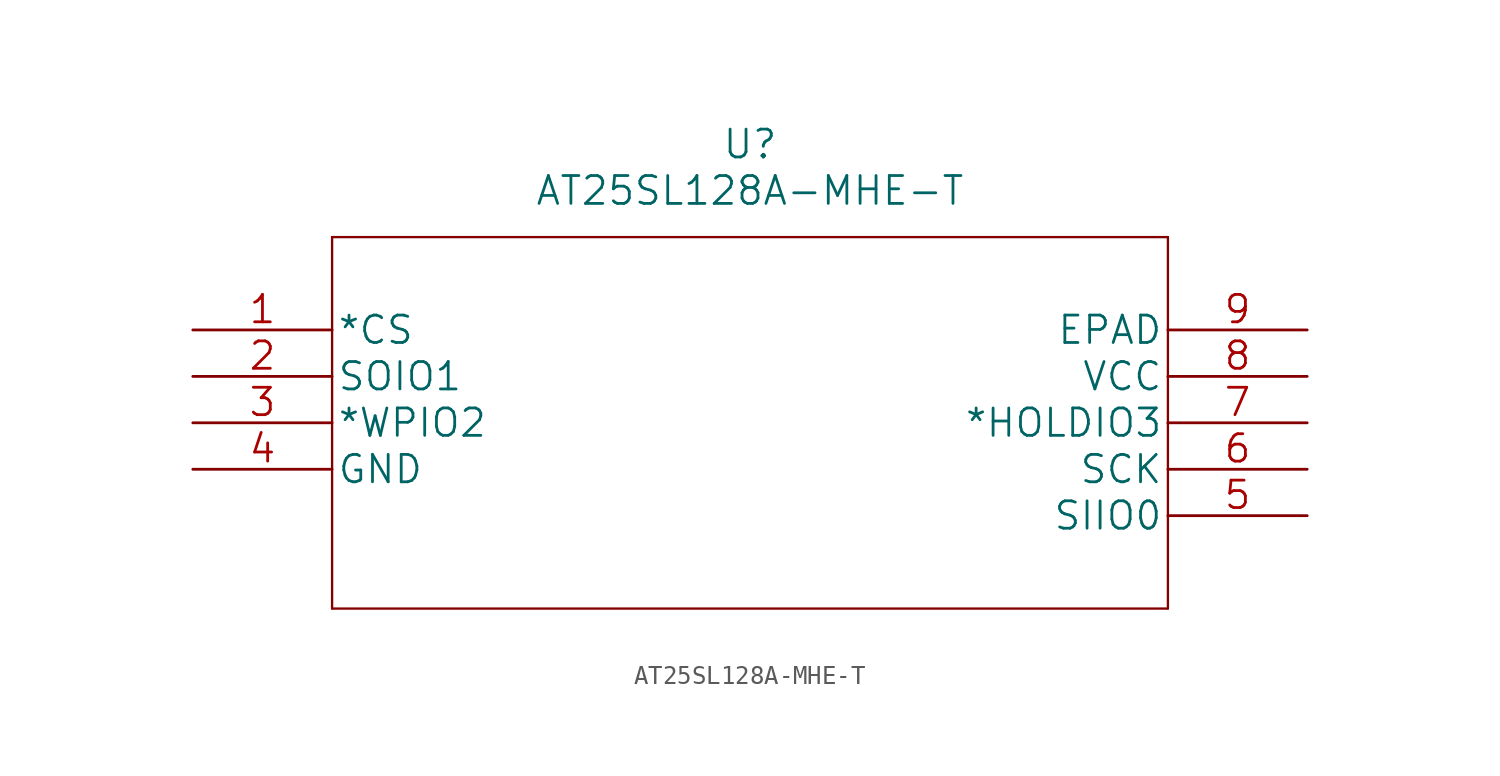
<source format=kicad_sym>
(kicad_symbol_lib
  (version 20211014)
  (generator kicad_symbol_editor)
  (symbol "AT25SL128A-MHE-T"
    (pin_names
      (offset 0.254))
    (property "Reference" "U"
      (at 30.48 10.16 0)
      (effects (font (size 1.524 1.524))))
    (property "Value" "AT25SL128A-MHE-T"
      (at 30.48 7.62 0)
      (effects (font (size 1.524 1.524))))
    (property "Datasheet" ""
      (at 0 0 0)
      (effects (font (size 1.524 1.524))))
    (property "ki_locked" ""
      (at 0 0 0)
      (effects (font (size 1.27 1.27))))
    (symbol "AT25SL128A-MHE-T_1_1"
      (polyline (pts (xy 7.62 -15.24) (xy 53.34 -15.24)) (stroke (width 0.127) (type default) (color 0 0 0 0)) (fill (type none)))
      (polyline (pts (xy 7.62 5.08) (xy 7.62 -15.24)) (stroke (width 0.127) (type default) (color 0 0 0 0)) (fill (type none)))
      (polyline (pts (xy 53.34 -15.24) (xy 53.34 5.08)) (stroke (width 0.127) (type default) (color 0 0 0 0)) (fill (type none)))
      (polyline (pts (xy 53.34 5.08) (xy 7.62 5.08)) (stroke (width 0.127) (type default) (color 0 0 0 0)) (fill (type none)))
      (pin unspecified line (at 0 0 0) (length 7.62) (name "*CS" (effects (font (size 1.499 1.499)))) (number "1" (effects (font (size 1.499 1.499)))))
      (pin unspecified line (at 0 -2.54 0) (length 7.62) (name "SOIO1" (effects (font (size 1.499 1.499)))) (number "2" (effects (font (size 1.499 1.499)))))
      (pin unspecified line (at 0 -5.08 0) (length 7.62) (name "*WPIO2" (effects (font (size 1.499 1.499)))) (number "3" (effects (font (size 1.499 1.499)))))
      (pin unspecified line (at 0 -7.62 0) (length 7.62) (name "GND" (effects (font (size 1.499 1.499)))) (number "4" (effects (font (size 1.499 1.499)))))
      (pin unspecified line (at 60.96 -10.16 180) (length 7.62) (name "SIIO0" (effects (font (size 1.499 1.499)))) (number "5" (effects (font (size 1.499 1.499)))))
      (pin unspecified line (at 60.96 -7.62 180) (length 7.62) (name "SCK" (effects (font (size 1.499 1.499)))) (number "6" (effects (font (size 1.499 1.499)))))
      (pin unspecified line (at 60.96 -5.08 180) (length 7.62) (name "*HOLDIO3" (effects (font (size 1.499 1.499)))) (number "7" (effects (font (size 1.499 1.499)))))
      (pin unspecified line (at 60.96 -2.54 180) (length 7.62) (name "VCC" (effects (font (size 1.499 1.499)))) (number "8" (effects (font (size 1.499 1.499)))))
      (pin unspecified line (at 60.96 0 180) (length 7.62) (name "EPAD" (effects (font (size 1.499 1.499)))) (number "9" (effects (font (size 1.499 1.499))))))))
</source>
